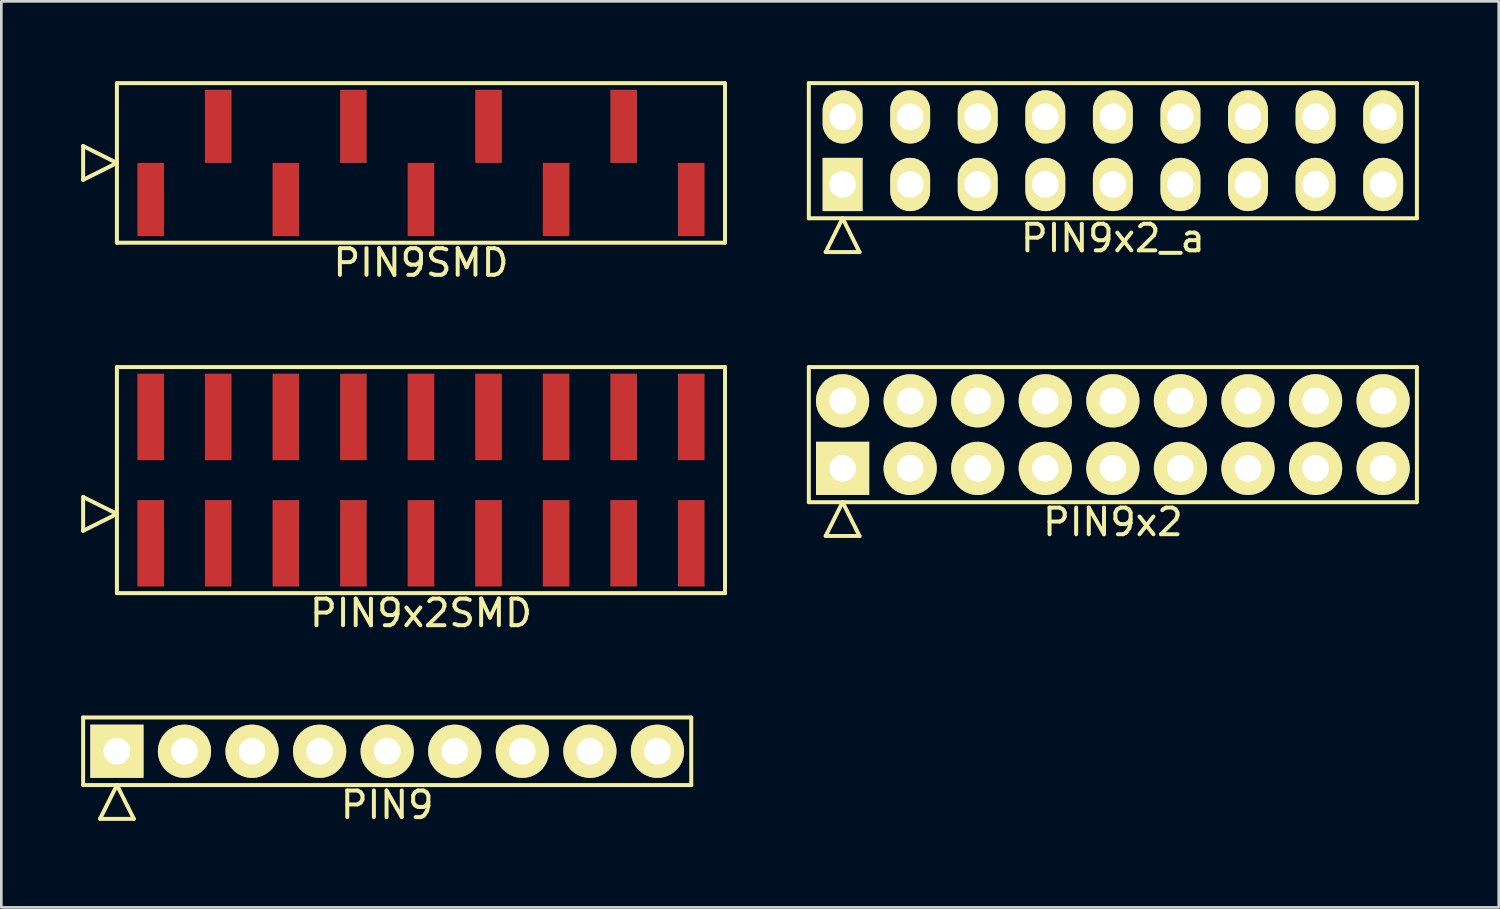
<source format=kicad_pcb>
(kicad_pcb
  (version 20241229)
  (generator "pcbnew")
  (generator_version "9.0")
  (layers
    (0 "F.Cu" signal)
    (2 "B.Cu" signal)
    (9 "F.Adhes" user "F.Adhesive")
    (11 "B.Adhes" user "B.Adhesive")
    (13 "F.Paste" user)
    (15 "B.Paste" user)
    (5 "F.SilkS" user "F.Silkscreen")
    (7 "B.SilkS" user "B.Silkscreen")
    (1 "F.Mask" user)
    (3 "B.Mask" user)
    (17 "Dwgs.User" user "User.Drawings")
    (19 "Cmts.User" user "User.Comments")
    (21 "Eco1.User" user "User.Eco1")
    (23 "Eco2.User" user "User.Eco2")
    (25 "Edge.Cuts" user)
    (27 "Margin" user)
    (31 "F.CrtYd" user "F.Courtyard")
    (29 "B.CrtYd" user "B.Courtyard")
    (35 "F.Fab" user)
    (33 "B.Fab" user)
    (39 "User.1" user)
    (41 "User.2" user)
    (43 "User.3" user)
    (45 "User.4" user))
  (footprint "PIN9SMD"
    (layer "F.Cu")
    (at 12.775 3.075)
    (property "Reference" "PIN9SMD" (at 0 3.75 0) (layer "F.SilkS") (effects (font (size 1 1) (thickness 0.15))))
    (attr through_hole)
    (fp_line (start -12.7 0.635) (end -12.7 -0.635) (stroke (width 0.15) (type solid)) (layer "F.SilkS"))
    (fp_line (start -11.43 -3) (end -11.43 3) (stroke (width 0.15) (type solid)) (layer "F.SilkS"))
    (fp_line (start -11.43 0) (end -12.7 -0.635) (stroke (width 0.15) (type solid)) (layer "F.SilkS"))
    (fp_line (start -11.43 0) (end -12.7 0.635) (stroke (width 0.15) (type solid)) (layer "F.SilkS"))
    (fp_line (start -11.43 3) (end 11.43 3) (stroke (width 0.15) (type solid)) (layer "F.SilkS"))
    (fp_line (start 11.43 -3) (end -11.43 -3) (stroke (width 0.15) (type solid)) (layer "F.SilkS"))
    (fp_line (start 11.43 3) (end 11.43 -3) (stroke (width 0.15) (type solid)) (layer "F.SilkS"))
    (pad "1" smd rect (at -10.16 1.375) (size 1 2.75) (layers "F.Cu" "F.Mask" "F.Paste"))
    (pad "2" smd rect (at -7.62 -1.375) (size 1 2.75) (layers "F.Cu" "F.Mask" "F.Paste"))
    (pad "3" smd rect (at -5.08 1.375) (size 1 2.75) (layers "F.Cu" "F.Mask" "F.Paste"))
    (pad "4" smd rect (at -2.54 -1.375) (size 1 2.75) (layers "F.Cu" "F.Mask" "F.Paste"))
    (pad "5" smd rect (at 0 1.375) (size 1 2.75) (layers "F.Cu" "F.Mask" "F.Paste"))
    (pad "6" smd rect (at 2.54 -1.375) (size 1 2.75) (layers "F.Cu" "F.Mask" "F.Paste"))
    (pad "7" smd rect (at 5.08 1.375) (size 1 2.75) (layers "F.Cu" "F.Mask" "F.Paste"))
    (pad "8" smd rect (at 7.62 -1.375) (size 1 2.75) (layers "F.Cu" "F.Mask" "F.Paste"))
    (pad "9" smd rect (at 10.16 1.375) (size 1 2.75) (layers "F.Cu" "F.Mask" "F.Paste")))
  (footprint "PIN9"
    (layer "F.Cu")
    (at 11.505 25.192)
    (property "Reference" "PIN9" (at 0 2.02 0) (layer "F.SilkS") (effects (font (size 1 1) (thickness 0.15))))
    (attr through_hole)
    (fp_line (start -11.43 -1.27) (end -11.43 1.27) (stroke (width 0.15) (type solid)) (layer "F.SilkS"))
    (fp_line (start -11.43 1.27) (end 11.43 1.27) (stroke (width 0.15) (type solid)) (layer "F.SilkS"))
    (fp_line (start -10.795 2.54) (end -10.16 1.27) (stroke (width 0.15) (type solid)) (layer "F.SilkS"))
    (fp_line (start -10.795 2.54) (end -9.525 2.54) (stroke (width 0.15) (type solid)) (layer "F.SilkS"))
    (fp_line (start -9.525 2.54) (end -10.16 1.27) (stroke (width 0.15) (type solid)) (layer "F.SilkS"))
    (fp_line (start 11.43 -1.27) (end -11.43 -1.27) (stroke (width 0.15) (type solid)) (layer "F.SilkS"))
    (fp_line (start 11.43 1.27) (end 11.43 -1.27) (stroke (width 0.15) (type solid)) (layer "F.SilkS"))
    (pad "1" thru_hole rect (at -10.16 0) (size 2 2) (drill 1) (layers "*.Cu" "*.Mask" "F.SilkS"))
    (pad "2" thru_hole oval (at -7.62 0) (size 2 2) (drill 1) (layers "*.Cu" "*.Mask" "F.SilkS"))
    (pad "3" thru_hole oval (at -5.08 0) (size 2 2) (drill 1) (layers "*.Cu" "*.Mask" "F.SilkS"))
    (pad "4" thru_hole oval (at -2.54 0) (size 2 2) (drill 1) (layers "*.Cu" "*.Mask" "F.SilkS"))
    (pad "5" thru_hole oval (at 0 0) (size 2 2) (drill 1) (layers "*.Cu" "*.Mask" "F.SilkS"))
    (pad "6" thru_hole oval (at 2.54 0) (size 2 2) (drill 1) (layers "*.Cu" "*.Mask" "F.SilkS"))
    (pad "7" thru_hole oval (at 5.08 0) (size 2 2) (drill 1) (layers "*.Cu" "*.Mask" "F.SilkS"))
    (pad "8" thru_hole oval (at 7.62 0) (size 2 2) (drill 1) (layers "*.Cu" "*.Mask" "F.SilkS"))
    (pad "9" thru_hole oval (at 10.16 0) (size 2 2) (drill 1) (layers "*.Cu" "*.Mask" "F.SilkS")))
  (footprint "PIN9x2_a"
    (layer "F.Cu")
    (at 38.785 2.615)
    (property "Reference" "PIN9x2_a" (at 0 3.29 0) (layer "F.SilkS") (effects (font (size 1 1) (thickness 0.15))))
    (attr through_hole)
    (fp_line (start -11.43 -2.54) (end -11.43 2.54) (stroke (width 0.15) (type solid)) (layer "F.SilkS"))
    (fp_line (start -11.43 2.54) (end 11.43 2.54) (stroke (width 0.15) (type solid)) (layer "F.SilkS"))
    (fp_line (start -10.795 3.81) (end -10.16 2.54) (stroke (width 0.15) (type solid)) (layer "F.SilkS"))
    (fp_line (start -10.795 3.81) (end -9.525 3.81) (stroke (width 0.15) (type solid)) (layer "F.SilkS"))
    (fp_line (start -9.525 3.81) (end -10.16 2.54) (stroke (width 0.15) (type solid)) (layer "F.SilkS"))
    (fp_line (start 11.43 -2.54) (end -11.43 -2.54) (stroke (width 0.15) (type solid)) (layer "F.SilkS"))
    (fp_line (start 11.43 2.54) (end 11.43 -2.54) (stroke (width 0.15) (type solid)) (layer "F.SilkS"))
    (pad "1" thru_hole rect (at -10.16 1.27) (size 1.5 2) (drill 1) (layers "*.Cu" "*.Mask" "F.SilkS"))
    (pad "2" thru_hole oval (at -10.16 -1.27) (size 1.5 2) (drill 1) (layers "*.Cu" "*.Mask" "F.SilkS"))
    (pad "3" thru_hole oval (at -7.62 1.27) (size 1.5 2) (drill 1) (layers "*.Cu" "*.Mask" "F.SilkS"))
    (pad "4" thru_hole oval (at -7.62 -1.27) (size 1.5 2) (drill 1) (layers "*.Cu" "*.Mask" "F.SilkS"))
    (pad "5" thru_hole oval (at -5.08 1.27) (size 1.5 2) (drill 1) (layers "*.Cu" "*.Mask" "F.SilkS"))
    (pad "6" thru_hole oval (at -5.08 -1.27) (size 1.5 2) (drill 1) (layers "*.Cu" "*.Mask" "F.SilkS"))
    (pad "7" thru_hole oval (at -2.54 1.27) (size 1.5 2) (drill 1) (layers "*.Cu" "*.Mask" "F.SilkS"))
    (pad "8" thru_hole oval (at -2.54 -1.27) (size 1.5 2) (drill 1) (layers "*.Cu" "*.Mask" "F.SilkS"))
    (pad "9" thru_hole oval (at 0 1.27) (size 1.5 2) (drill 1) (layers "*.Cu" "*.Mask" "F.SilkS"))
    (pad "10" thru_hole oval (at 0 -1.27) (size 1.5 2) (drill 1) (layers "*.Cu" "*.Mask" "F.SilkS"))
    (pad "11" thru_hole oval (at 2.54 1.27) (size 1.5 2) (drill 1) (layers "*.Cu" "*.Mask" "F.SilkS"))
    (pad "12" thru_hole oval (at 2.54 -1.27) (size 1.5 2) (drill 1) (layers "*.Cu" "*.Mask" "F.SilkS"))
    (pad "13" thru_hole oval (at 5.08 1.27) (size 1.5 2) (drill 1) (layers "*.Cu" "*.Mask" "F.SilkS"))
    (pad "14" thru_hole oval (at 5.08 -1.27) (size 1.5 2) (drill 1) (layers "*.Cu" "*.Mask" "F.SilkS"))
    (pad "15" thru_hole oval (at 7.62 1.27) (size 1.5 2) (drill 1) (layers "*.Cu" "*.Mask" "F.SilkS"))
    (pad "16" thru_hole oval (at 7.62 -1.27) (size 1.5 2) (drill 1) (layers "*.Cu" "*.Mask" "F.SilkS"))
    (pad "17" thru_hole oval (at 10.16 1.27) (size 1.5 2) (drill 1) (layers "*.Cu" "*.Mask" "F.SilkS"))
    (pad "18" thru_hole oval (at 10.16 -1.27) (size 1.5 2) (drill 1) (layers "*.Cu" "*.Mask" "F.SilkS")))
  (footprint "PIN9x2"
    (layer "F.Cu")
    (at 38.785 13.288)
    (property "Reference" "PIN9x2" (at 0 3.29 0) (layer "F.SilkS") (effects (font (size 1 1) (thickness 0.15))))
    (attr through_hole)
    (fp_line (start -11.43 -2.54) (end -11.43 2.54) (stroke (width 0.15) (type solid)) (layer "F.SilkS"))
    (fp_line (start -11.43 2.54) (end 11.43 2.54) (stroke (width 0.15) (type solid)) (layer "F.SilkS"))
    (fp_line (start -10.795 3.81) (end -10.16 2.54) (stroke (width 0.15) (type solid)) (layer "F.SilkS"))
    (fp_line (start -10.795 3.81) (end -9.525 3.81) (stroke (width 0.15) (type solid)) (layer "F.SilkS"))
    (fp_line (start -9.525 3.81) (end -10.16 2.54) (stroke (width 0.15) (type solid)) (layer "F.SilkS"))
    (fp_line (start 11.43 -2.54) (end -11.43 -2.54) (stroke (width 0.15) (type solid)) (layer "F.SilkS"))
    (fp_line (start 11.43 2.54) (end 11.43 -2.54) (stroke (width 0.15) (type solid)) (layer "F.SilkS"))
    (pad "1" thru_hole rect (at -10.16 1.27) (size 2 2) (drill 1) (layers "*.Cu" "*.Mask" "F.SilkS"))
    (pad "2" thru_hole oval (at -10.16 -1.27) (size 2 2) (drill 1) (layers "*.Cu" "*.Mask" "F.SilkS"))
    (pad "3" thru_hole oval (at -7.62 1.27) (size 2 2) (drill 1) (layers "*.Cu" "*.Mask" "F.SilkS"))
    (pad "4" thru_hole oval (at -7.62 -1.27) (size 2 2) (drill 1) (layers "*.Cu" "*.Mask" "F.SilkS"))
    (pad "5" thru_hole oval (at -5.08 1.27) (size 2 2) (drill 1) (layers "*.Cu" "*.Mask" "F.SilkS"))
    (pad "6" thru_hole oval (at -5.08 -1.27) (size 2 2) (drill 1) (layers "*.Cu" "*.Mask" "F.SilkS"))
    (pad "7" thru_hole oval (at -2.54 1.27) (size 2 2) (drill 1) (layers "*.Cu" "*.Mask" "F.SilkS"))
    (pad "8" thru_hole oval (at -2.54 -1.27) (size 2 2) (drill 1) (layers "*.Cu" "*.Mask" "F.SilkS"))
    (pad "9" thru_hole oval (at 0 1.27) (size 2 2) (drill 1) (layers "*.Cu" "*.Mask" "F.SilkS"))
    (pad "10" thru_hole oval (at 0 -1.27) (size 2 2) (drill 1) (layers "*.Cu" "*.Mask" "F.SilkS"))
    (pad "11" thru_hole oval (at 2.54 1.27) (size 2 2) (drill 1) (layers "*.Cu" "*.Mask" "F.SilkS"))
    (pad "12" thru_hole oval (at 2.54 -1.27) (size 2 2) (drill 1) (layers "*.Cu" "*.Mask" "F.SilkS"))
    (pad "13" thru_hole oval (at 5.08 1.27) (size 2 2) (drill 1) (layers "*.Cu" "*.Mask" "F.SilkS"))
    (pad "14" thru_hole oval (at 5.08 -1.27) (size 2 2) (drill 1) (layers "*.Cu" "*.Mask" "F.SilkS"))
    (pad "15" thru_hole oval (at 7.62 1.27) (size 2 2) (drill 1) (layers "*.Cu" "*.Mask" "F.SilkS"))
    (pad "16" thru_hole oval (at 7.62 -1.27) (size 2 2) (drill 1) (layers "*.Cu" "*.Mask" "F.SilkS"))
    (pad "17" thru_hole oval (at 10.16 1.27) (size 2 2) (drill 1) (layers "*.Cu" "*.Mask" "F.SilkS"))
    (pad "18" thru_hole oval (at 10.16 -1.27) (size 2 2) (drill 1) (layers "*.Cu" "*.Mask" "F.SilkS")))
  (footprint "PIN9x2SMD"
    (layer "F.Cu")
    (at 12.775 14.998)
    (property "Reference" "PIN9x2SMD" (at 0 5 0) (layer "F.SilkS") (effects (font (size 1 1) (thickness 0.15))))
    (attr through_hole)
    (fp_line (start -12.7 1.905) (end -12.7 0.635) (stroke (width 0.15) (type solid)) (layer "F.SilkS"))
    (fp_line (start -11.43 -4.25) (end -11.43 4.25) (stroke (width 0.15) (type solid)) (layer "F.SilkS"))
    (fp_line (start -11.43 1.27) (end -12.7 0.635) (stroke (width 0.15) (type solid)) (layer "F.SilkS"))
    (fp_line (start -11.43 1.27) (end -12.7 1.905) (stroke (width 0.15) (type solid)) (layer "F.SilkS"))
    (fp_line (start -11.43 4.25) (end 11.43 4.25) (stroke (width 0.15) (type solid)) (layer "F.SilkS"))
    (fp_line (start 11.43 -4.25) (end -11.43 -4.25) (stroke (width 0.15) (type solid)) (layer "F.SilkS"))
    (fp_line (start 11.43 4.25) (end 11.43 -4.25) (stroke (width 0.15) (type solid)) (layer "F.SilkS"))
    (pad "1" smd rect (at -10.16 2.375) (size 1 3.25) (layers "F.Cu" "F.Mask" "F.Paste"))
    (pad "2" smd rect (at -10.16 -2.375) (size 1 3.25) (layers "F.Cu" "F.Mask" "F.Paste"))
    (pad "3" smd rect (at -7.62 2.375) (size 1 3.25) (layers "F.Cu" "F.Mask" "F.Paste"))
    (pad "4" smd rect (at -7.62 -2.375) (size 1 3.25) (layers "F.Cu" "F.Mask" "F.Paste"))
    (pad "5" smd rect (at -5.08 2.375) (size 1 3.25) (layers "F.Cu" "F.Mask" "F.Paste"))
    (pad "6" smd rect (at -5.08 -2.375) (size 1 3.25) (layers "F.Cu" "F.Mask" "F.Paste"))
    (pad "7" smd rect (at -2.54 2.375) (size 1 3.25) (layers "F.Cu" "F.Mask" "F.Paste"))
    (pad "8" smd rect (at -2.54 -2.375) (size 1 3.25) (layers "F.Cu" "F.Mask" "F.Paste"))
    (pad "9" smd rect (at 0 2.375) (size 1 3.25) (layers "F.Cu" "F.Mask" "F.Paste"))
    (pad "10" smd rect (at 0 -2.375) (size 1 3.25) (layers "F.Cu" "F.Mask" "F.Paste"))
    (pad "11" smd rect (at 2.54 2.375) (size 1 3.25) (layers "F.Cu" "F.Mask" "F.Paste"))
    (pad "12" smd rect (at 2.54 -2.375) (size 1 3.25) (layers "F.Cu" "F.Mask" "F.Paste"))
    (pad "13" smd rect (at 5.08 2.375) (size 1 3.25) (layers "F.Cu" "F.Mask" "F.Paste"))
    (pad "14" smd rect (at 5.08 -2.375) (size 1 3.25) (layers "F.Cu" "F.Mask" "F.Paste"))
    (pad "15" smd rect (at 7.62 2.375) (size 1 3.25) (layers "F.Cu" "F.Mask" "F.Paste"))
    (pad "16" smd rect (at 7.62 -2.375) (size 1 3.25) (layers "F.Cu" "F.Mask" "F.Paste"))
    (pad "17" smd rect (at 10.16 2.375) (size 1 3.25) (layers "F.Cu" "F.Mask" "F.Paste"))
    (pad "18" smd rect (at 10.16 -2.375) (size 1 3.25) (layers "F.Cu" "F.Mask" "F.Paste")))
  (gr_rect
    (start -3 -3)
    (end 53.29 31.06)
    (stroke (width 0.1) (type default))
    (fill no)
    (layer "Edge.Cuts")))
</source>
